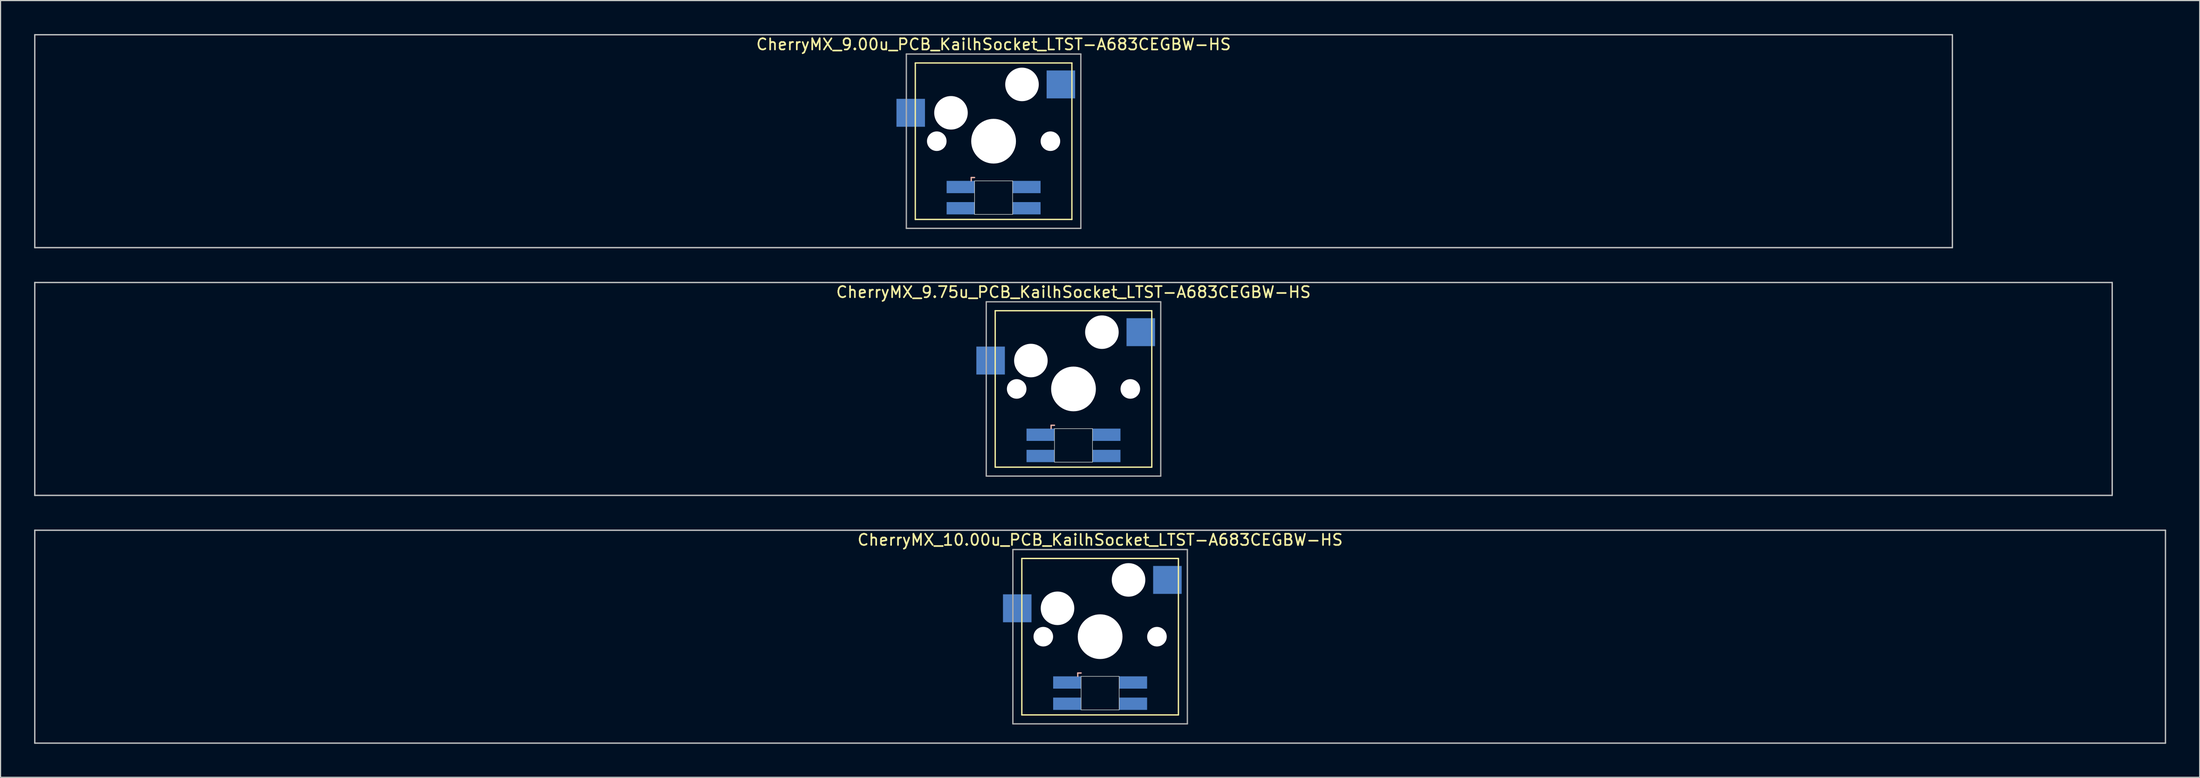
<source format=kicad_pcb>
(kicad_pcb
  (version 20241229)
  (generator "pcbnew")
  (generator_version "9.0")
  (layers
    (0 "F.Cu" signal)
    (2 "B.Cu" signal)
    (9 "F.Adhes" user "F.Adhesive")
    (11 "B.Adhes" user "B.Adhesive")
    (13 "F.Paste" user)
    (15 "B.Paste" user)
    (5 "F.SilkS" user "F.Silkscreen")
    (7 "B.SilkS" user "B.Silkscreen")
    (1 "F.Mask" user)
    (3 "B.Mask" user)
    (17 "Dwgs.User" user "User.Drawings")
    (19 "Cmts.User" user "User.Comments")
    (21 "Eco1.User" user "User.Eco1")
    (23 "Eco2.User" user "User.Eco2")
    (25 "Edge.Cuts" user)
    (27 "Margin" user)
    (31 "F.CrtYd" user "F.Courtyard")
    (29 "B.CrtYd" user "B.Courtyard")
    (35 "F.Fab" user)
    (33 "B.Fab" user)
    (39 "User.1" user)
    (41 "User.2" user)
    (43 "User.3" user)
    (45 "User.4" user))
  (footprint "CherryMX_9.00u_PCB_KailhSocket_LTST-A683CEGBW-HS"
    (layer "F.Cu")
    (at 85.785 9.585)
    (property "Reference" "CherryMX_9.00u_PCB_KailhSocket_LTST-A683CEGBW-HS" (at 0 -8.662 0) (layer "F.SilkS") (effects (font (size 1 1) (thickness 0.15))))
    (attr through_hole)
    (fp_line (start -7 -7) (end -7 7) (stroke (width 0.12) (type solid)) (layer "F.SilkS"))
    (fp_line (start -7 -7) (end 7 -7) (stroke (width 0.12) (type solid)) (layer "F.SilkS"))
    (fp_line (start 7 -7) (end 7 7) (stroke (width 0.12) (type solid)) (layer "F.SilkS"))
    (fp_line (start 7 7) (end -7 7) (stroke (width 0.12) (type solid)) (layer "F.SilkS"))
    (fp_line (start -2 3.25) (end -2 3.55) (stroke (width 0.12) (type solid)) (layer "B.SilkS"))
    (fp_line (start -1.7 3.25) (end -2 3.25) (stroke (width 0.12) (type solid)) (layer "B.SilkS"))
    (fp_line (start -85.725 -9.525) (end 85.725 -9.525) (stroke (width 0.12) (type solid)) (layer "Dwgs.User"))
    (fp_line (start -85.725 9.525) (end -85.725 -9.525) (stroke (width 0.12) (type solid)) (layer "Dwgs.User"))
    (fp_line (start 85.725 -9.525) (end 85.725 9.525) (stroke (width 0.12) (type solid)) (layer "Dwgs.User"))
    (fp_line (start 85.725 9.525) (end -85.725 9.525) (stroke (width 0.12) (type solid)) (layer "Dwgs.User"))
    (fp_line (start -1.7 3.55) (end 1.7 3.55) (stroke (width 0.05) (type solid)) (layer "Edge.Cuts"))
    (fp_line (start -1.7 6.55) (end -1.7 3.55) (stroke (width 0.05) (type solid)) (layer "Edge.Cuts"))
    (fp_line (start 1.7 3.55) (end 1.7 6.55) (stroke (width 0.05) (type solid)) (layer "Edge.Cuts"))
    (fp_line (start 1.7 6.55) (end -1.7 6.55) (stroke (width 0.05) (type solid)) (layer "Edge.Cuts"))
    (fp_line (start -7.8 -7.8) (end -7.8 7.8) (stroke (width 0.12) (type solid)) (layer "F.Fab"))
    (fp_line (start -7.8 -7.8) (end 7.8 -7.8) (stroke (width 0.12) (type solid)) (layer "F.Fab"))
    (fp_line (start -7.8 7.8) (end 7.8 7.8) (stroke (width 0.12) (type solid)) (layer "F.Fab"))
    (fp_line (start 7.8 -7.8) (end 7.8 7.8) (stroke (width 0.12) (type solid)) (layer "F.Fab"))
    (pad "" np_thru_hole circle (at -5.08 0) (size 1.75 1.75) (drill 1.75) (layers "*.Cu" "*.Mask"))
    (pad "" np_thru_hole circle (at -3.81 -2.54) (size 3 3) (drill 3) (layers "*.Cu" "*.Mask"))
    (pad "" np_thru_hole circle (at 0 0) (size 4 4) (drill 4) (layers "*.Cu" "*.Mask"))
    (pad "" np_thru_hole circle (at 2.54 -5.08) (size 3 3) (drill 3) (layers "*.Cu" "*.Mask"))
    (pad "" np_thru_hole circle (at 5.08 0) (size 1.75 1.75) (drill 1.75) (layers "*.Cu" "*.Mask"))
    (pad "1" smd rect (at -7.41 -2.54) (size 2.55 2.5) (layers "B.Cu" "B.Mask" "B.Paste"))
    (pad "2" smd rect (at 6.015 -5.08) (size 2.55 2.5) (layers "B.Cu" "B.Mask" "B.Paste"))
    (pad "3" smd rect (at -2.95 4.1) (size 2.5 1.1) (layers "B.Cu" "B.Mask" "B.Paste"))
    (pad "4" smd rect (at -2.95 6) (size 2.5 1.1) (layers "B.Cu" "B.Mask" "B.Paste"))
    (pad "5" smd rect (at 2.95 4.1) (size 2.5 1.1) (layers "B.Cu" "B.Mask" "B.Paste"))
    (pad "6" smd rect (at 2.95 6) (size 2.5 1.1) (layers "B.Cu" "B.Mask" "B.Paste")))
  (footprint "CherryMX_10.00u_PCB_KailhSocket_LTST-A683CEGBW-HS"
    (layer "F.Cu")
    (at 95.31 53.925)
    (property "Reference" "CherryMX_10.00u_PCB_KailhSocket_LTST-A683CEGBW-HS" (at 0 -8.662 0) (layer "F.SilkS") (effects (font (size 1 1) (thickness 0.15))))
    (attr through_hole)
    (fp_line (start -7 -7) (end -7 7) (stroke (width 0.12) (type solid)) (layer "F.SilkS"))
    (fp_line (start -7 -7) (end 7 -7) (stroke (width 0.12) (type solid)) (layer "F.SilkS"))
    (fp_line (start 7 -7) (end 7 7) (stroke (width 0.12) (type solid)) (layer "F.SilkS"))
    (fp_line (start 7 7) (end -7 7) (stroke (width 0.12) (type solid)) (layer "F.SilkS"))
    (fp_line (start -2 3.25) (end -2 3.55) (stroke (width 0.12) (type solid)) (layer "B.SilkS"))
    (fp_line (start -1.7 3.25) (end -2 3.25) (stroke (width 0.12) (type solid)) (layer "B.SilkS"))
    (fp_line (start -95.25 -9.525) (end 95.25 -9.525) (stroke (width 0.12) (type solid)) (layer "Dwgs.User"))
    (fp_line (start -95.25 9.525) (end -95.25 -9.525) (stroke (width 0.12) (type solid)) (layer "Dwgs.User"))
    (fp_line (start 95.25 -9.525) (end 95.25 9.525) (stroke (width 0.12) (type solid)) (layer "Dwgs.User"))
    (fp_line (start 95.25 9.525) (end -95.25 9.525) (stroke (width 0.12) (type solid)) (layer "Dwgs.User"))
    (fp_line (start -1.7 3.55) (end 1.7 3.55) (stroke (width 0.05) (type solid)) (layer "Edge.Cuts"))
    (fp_line (start -1.7 6.55) (end -1.7 3.55) (stroke (width 0.05) (type solid)) (layer "Edge.Cuts"))
    (fp_line (start 1.7 3.55) (end 1.7 6.55) (stroke (width 0.05) (type solid)) (layer "Edge.Cuts"))
    (fp_line (start 1.7 6.55) (end -1.7 6.55) (stroke (width 0.05) (type solid)) (layer "Edge.Cuts"))
    (fp_line (start -7.8 -7.8) (end -7.8 7.8) (stroke (width 0.12) (type solid)) (layer "F.Fab"))
    (fp_line (start -7.8 -7.8) (end 7.8 -7.8) (stroke (width 0.12) (type solid)) (layer "F.Fab"))
    (fp_line (start -7.8 7.8) (end 7.8 7.8) (stroke (width 0.12) (type solid)) (layer "F.Fab"))
    (fp_line (start 7.8 -7.8) (end 7.8 7.8) (stroke (width 0.12) (type solid)) (layer "F.Fab"))
    (pad "" np_thru_hole circle (at -5.08 0) (size 1.75 1.75) (drill 1.75) (layers "*.Cu" "*.Mask"))
    (pad "" np_thru_hole circle (at -3.81 -2.54) (size 3 3) (drill 3) (layers "*.Cu" "*.Mask"))
    (pad "" np_thru_hole circle (at 0 0) (size 4 4) (drill 4) (layers "*.Cu" "*.Mask"))
    (pad "" np_thru_hole circle (at 2.54 -5.08) (size 3 3) (drill 3) (layers "*.Cu" "*.Mask"))
    (pad "" np_thru_hole circle (at 5.08 0) (size 1.75 1.75) (drill 1.75) (layers "*.Cu" "*.Mask"))
    (pad "1" smd rect (at -7.41 -2.54) (size 2.55 2.5) (layers "B.Cu" "B.Mask" "B.Paste"))
    (pad "2" smd rect (at 6.015 -5.08) (size 2.55 2.5) (layers "B.Cu" "B.Mask" "B.Paste"))
    (pad "3" smd rect (at -2.95 4.1) (size 2.5 1.1) (layers "B.Cu" "B.Mask" "B.Paste"))
    (pad "4" smd rect (at -2.95 6) (size 2.5 1.1) (layers "B.Cu" "B.Mask" "B.Paste"))
    (pad "5" smd rect (at 2.95 4.1) (size 2.5 1.1) (layers "B.Cu" "B.Mask" "B.Paste"))
    (pad "6" smd rect (at 2.95 6) (size 2.5 1.1) (layers "B.Cu" "B.Mask" "B.Paste")))
  (footprint "CherryMX_9.75u_PCB_KailhSocket_LTST-A683CEGBW-HS"
    (layer "F.Cu")
    (at 92.929 31.755)
    (property "Reference" "CherryMX_9.75u_PCB_KailhSocket_LTST-A683CEGBW-HS" (at 0 -8.662 0) (layer "F.SilkS") (effects (font (size 1 1) (thickness 0.15))))
    (attr through_hole)
    (fp_line (start -7 -7) (end -7 7) (stroke (width 0.12) (type solid)) (layer "F.SilkS"))
    (fp_line (start -7 -7) (end 7 -7) (stroke (width 0.12) (type solid)) (layer "F.SilkS"))
    (fp_line (start 7 -7) (end 7 7) (stroke (width 0.12) (type solid)) (layer "F.SilkS"))
    (fp_line (start 7 7) (end -7 7) (stroke (width 0.12) (type solid)) (layer "F.SilkS"))
    (fp_line (start -2 3.25) (end -2 3.55) (stroke (width 0.12) (type solid)) (layer "B.SilkS"))
    (fp_line (start -1.7 3.25) (end -2 3.25) (stroke (width 0.12) (type solid)) (layer "B.SilkS"))
    (fp_line (start -92.869 -9.525) (end 92.869 -9.525) (stroke (width 0.12) (type solid)) (layer "Dwgs.User"))
    (fp_line (start -92.869 9.525) (end -92.869 -9.525) (stroke (width 0.12) (type solid)) (layer "Dwgs.User"))
    (fp_line (start 92.869 -9.525) (end 92.869 9.525) (stroke (width 0.12) (type solid)) (layer "Dwgs.User"))
    (fp_line (start 92.869 9.525) (end -92.869 9.525) (stroke (width 0.12) (type solid)) (layer "Dwgs.User"))
    (fp_line (start -1.7 3.55) (end 1.7 3.55) (stroke (width 0.05) (type solid)) (layer "Edge.Cuts"))
    (fp_line (start -1.7 6.55) (end -1.7 3.55) (stroke (width 0.05) (type solid)) (layer "Edge.Cuts"))
    (fp_line (start 1.7 3.55) (end 1.7 6.55) (stroke (width 0.05) (type solid)) (layer "Edge.Cuts"))
    (fp_line (start 1.7 6.55) (end -1.7 6.55) (stroke (width 0.05) (type solid)) (layer "Edge.Cuts"))
    (fp_line (start -7.8 -7.8) (end -7.8 7.8) (stroke (width 0.12) (type solid)) (layer "F.Fab"))
    (fp_line (start -7.8 -7.8) (end 7.8 -7.8) (stroke (width 0.12) (type solid)) (layer "F.Fab"))
    (fp_line (start -7.8 7.8) (end 7.8 7.8) (stroke (width 0.12) (type solid)) (layer "F.Fab"))
    (fp_line (start 7.8 -7.8) (end 7.8 7.8) (stroke (width 0.12) (type solid)) (layer "F.Fab"))
    (pad "" np_thru_hole circle (at -5.08 0) (size 1.75 1.75) (drill 1.75) (layers "*.Cu" "*.Mask"))
    (pad "" np_thru_hole circle (at -3.81 -2.54) (size 3 3) (drill 3) (layers "*.Cu" "*.Mask"))
    (pad "" np_thru_hole circle (at 0 0) (size 4 4) (drill 4) (layers "*.Cu" "*.Mask"))
    (pad "" np_thru_hole circle (at 2.54 -5.08) (size 3 3) (drill 3) (layers "*.Cu" "*.Mask"))
    (pad "" np_thru_hole circle (at 5.08 0) (size 1.75 1.75) (drill 1.75) (layers "*.Cu" "*.Mask"))
    (pad "1" smd rect (at -7.41 -2.54) (size 2.55 2.5) (layers "B.Cu" "B.Mask" "B.Paste"))
    (pad "2" smd rect (at 6.015 -5.08) (size 2.55 2.5) (layers "B.Cu" "B.Mask" "B.Paste"))
    (pad "3" smd rect (at -2.95 4.1) (size 2.5 1.1) (layers "B.Cu" "B.Mask" "B.Paste"))
    (pad "4" smd rect (at -2.95 6) (size 2.5 1.1) (layers "B.Cu" "B.Mask" "B.Paste"))
    (pad "5" smd rect (at 2.95 4.1) (size 2.5 1.1) (layers "B.Cu" "B.Mask" "B.Paste"))
    (pad "6" smd rect (at 2.95 6) (size 2.5 1.1) (layers "B.Cu" "B.Mask" "B.Paste")))
  (gr_rect
    (start -3 -3)
    (end 193.62 66.51)
    (stroke (width 0.1) (type default))
    (fill no)
    (layer "Edge.Cuts")))
</source>
